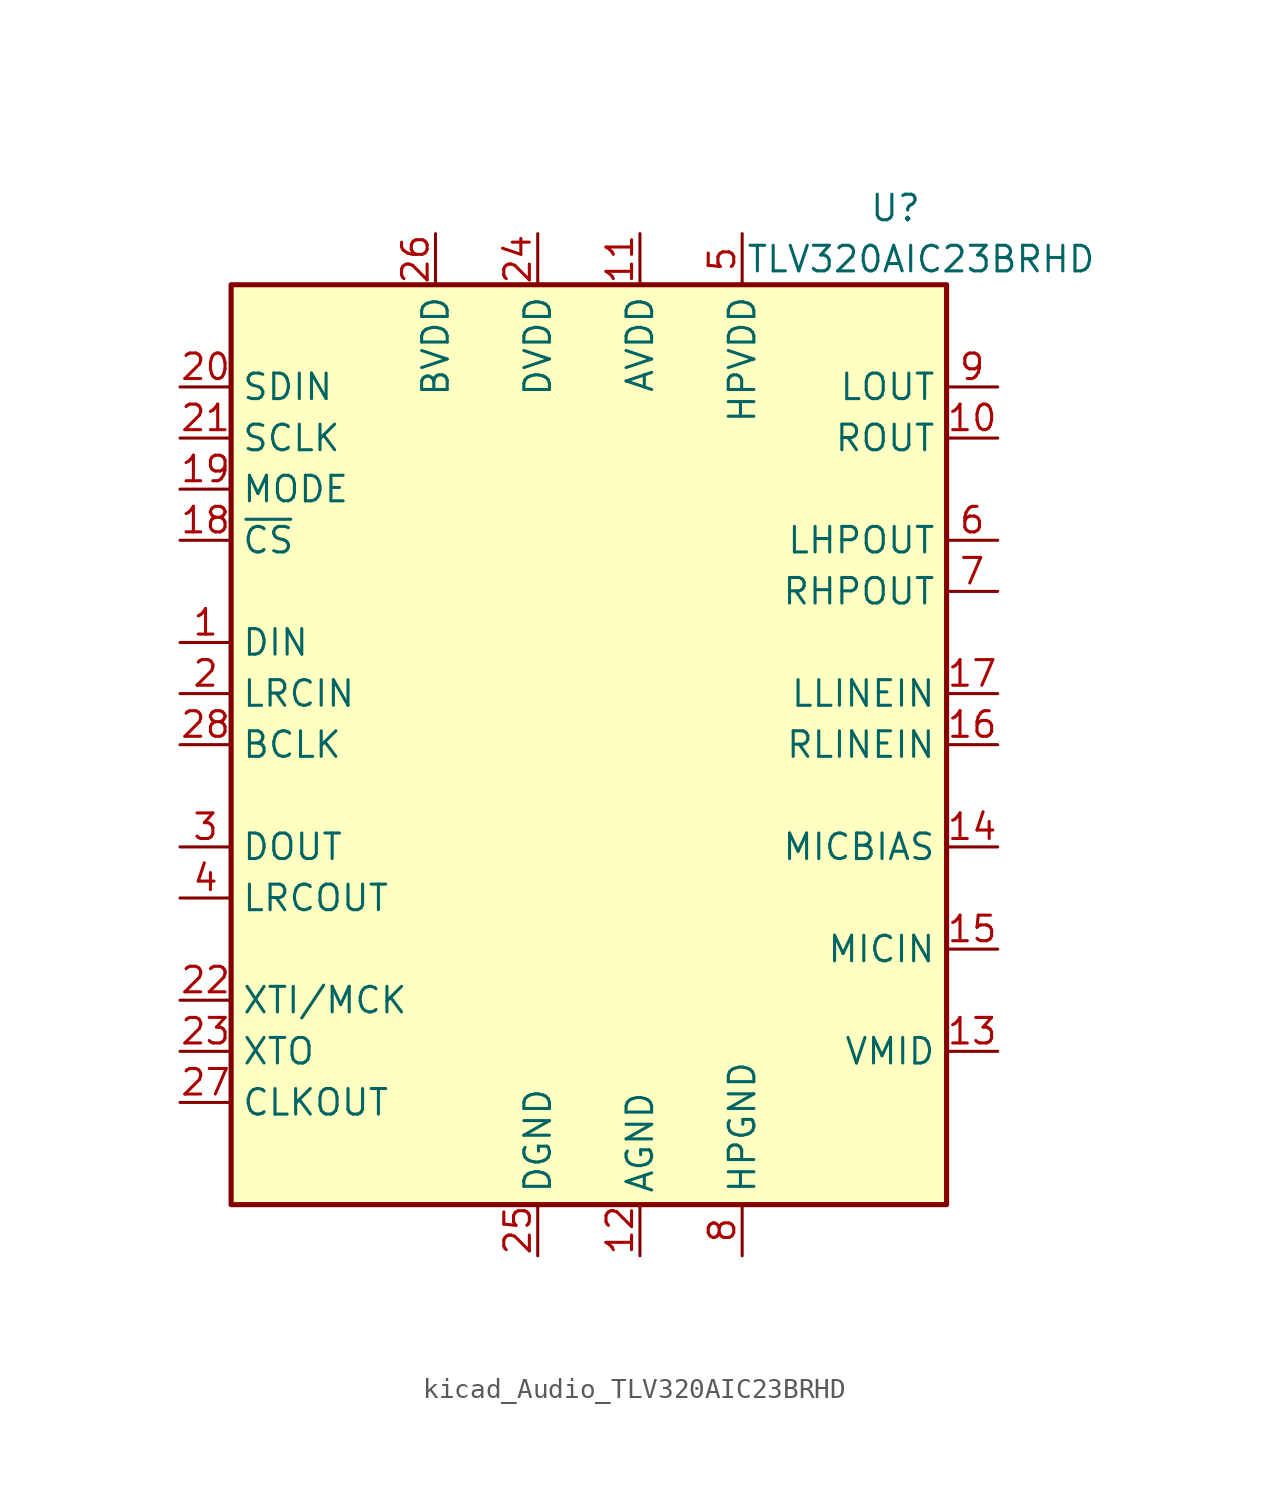
<source format=kicad_sym>
(kicad_symbol_lib
  (version 20220914)
  (generator kicad_symbol_editor)
  (symbol "kicad_Audio_TLV320AIC23BRHD"
    (property "Reference" "U"
      (at 15.24 26.67 0)
      (effects (font (size 1.27 1.27))))
    (property "Value" "TLV320AIC23BRHD"
      (at 16.51 24.13 0)
      (effects (font (size 1.27 1.27))))
    (symbol "kicad_Audio_TLV320AIC23BRHD_0_1"
      (rectangle (start -17.78 22.86) (end 17.78 -22.86) (stroke (width 0.254) (type default)) (fill (type background))))
    (symbol "kicad_Audio_TLV320AIC23BRHD_1_1"
      (pin input line (at -20.32 5.08 0) (length 2.54) (name "DIN" (effects (font (size 1.27 1.27)))) (number "1" (effects (font (size 1.27 1.27)))))
      (pin passive line (at 20.32 15.24 180) (length 2.54) (name "ROUT" (effects (font (size 1.27 1.27)))) (number "10" (effects (font (size 1.27 1.27)))))
      (pin power_in line (at 2.54 25.4 270) (length 2.54) (name "AVDD" (effects (font (size 1.27 1.27)))) (number "11" (effects (font (size 1.27 1.27)))))
      (pin power_in line (at 2.54 -25.4 90) (length 2.54) (name "AGND" (effects (font (size 1.27 1.27)))) (number "12" (effects (font (size 1.27 1.27)))))
      (pin passive line (at 20.32 -15.24 180) (length 2.54) (name "VMID" (effects (font (size 1.27 1.27)))) (number "13" (effects (font (size 1.27 1.27)))))
      (pin passive line (at 20.32 -5.08 180) (length 2.54) (name "MICBIAS" (effects (font (size 1.27 1.27)))) (number "14" (effects (font (size 1.27 1.27)))))
      (pin passive line (at 20.32 -10.16 180) (length 2.54) (name "MICIN" (effects (font (size 1.27 1.27)))) (number "15" (effects (font (size 1.27 1.27)))))
      (pin passive line (at 20.32 0 180) (length 2.54) (name "RLINEIN" (effects (font (size 1.27 1.27)))) (number "16" (effects (font (size 1.27 1.27)))))
      (pin passive line (at 20.32 2.54 180) (length 2.54) (name "LLINEIN" (effects (font (size 1.27 1.27)))) (number "17" (effects (font (size 1.27 1.27)))))
      (pin input line (at -20.32 10.16 0) (length 2.54) (name "~{CS}" (effects (font (size 1.27 1.27)))) (number "18" (effects (font (size 1.27 1.27)))))
      (pin input line (at -20.32 12.7 0) (length 2.54) (name "MODE" (effects (font (size 1.27 1.27)))) (number "19" (effects (font (size 1.27 1.27)))))
      (pin input line (at -20.32 2.54 0) (length 2.54) (name "LRCIN" (effects (font (size 1.27 1.27)))) (number "2" (effects (font (size 1.27 1.27)))))
      (pin input line (at -20.32 17.78 0) (length 2.54) (name "SDIN" (effects (font (size 1.27 1.27)))) (number "20" (effects (font (size 1.27 1.27)))))
      (pin input line (at -20.32 15.24 0) (length 2.54) (name "SCLK" (effects (font (size 1.27 1.27)))) (number "21" (effects (font (size 1.27 1.27)))))
      (pin passive line (at -20.32 -12.7 0) (length 2.54) (name "XTI/MCK" (effects (font (size 1.27 1.27)))) (number "22" (effects (font (size 1.27 1.27)))))
      (pin passive line (at -20.32 -15.24 0) (length 2.54) (name "XTO" (effects (font (size 1.27 1.27)))) (number "23" (effects (font (size 1.27 1.27)))))
      (pin power_in line (at -2.54 25.4 270) (length 2.54) (name "DVDD" (effects (font (size 1.27 1.27)))) (number "24" (effects (font (size 1.27 1.27)))))
      (pin power_in line (at -2.54 -25.4 90) (length 2.54) (name "DGND" (effects (font (size 1.27 1.27)))) (number "25" (effects (font (size 1.27 1.27)))))
      (pin power_in line (at -7.62 25.4 270) (length 2.54) (name "BVDD" (effects (font (size 1.27 1.27)))) (number "26" (effects (font (size 1.27 1.27)))))
      (pin output line (at -20.32 -17.78 0) (length 2.54) (name "CLKOUT" (effects (font (size 1.27 1.27)))) (number "27" (effects (font (size 1.27 1.27)))))
      (pin bidirectional line (at -20.32 0 0) (length 2.54) (name "BCLK" (effects (font (size 1.27 1.27)))) (number "28" (effects (font (size 1.27 1.27)))))
      (pin passive line (at 2.54 -25.4 90) (length 2.54) hide (name "AGND" (effects (font (size 1.27 1.27)))) (number "29" (effects (font (size 1.27 1.27)))))
      (pin output line (at -20.32 -5.08 0) (length 2.54) (name "DOUT" (effects (font (size 1.27 1.27)))) (number "3" (effects (font (size 1.27 1.27)))))
      (pin output line (at -20.32 -7.62 0) (length 2.54) (name "LRCOUT" (effects (font (size 1.27 1.27)))) (number "4" (effects (font (size 1.27 1.27)))))
      (pin power_in line (at 7.62 25.4 270) (length 2.54) (name "HPVDD" (effects (font (size 1.27 1.27)))) (number "5" (effects (font (size 1.27 1.27)))))
      (pin passive line (at 20.32 10.16 180) (length 2.54) (name "LHPOUT" (effects (font (size 1.27 1.27)))) (number "6" (effects (font (size 1.27 1.27)))))
      (pin passive line (at 20.32 7.62 180) (length 2.54) (name "RHPOUT" (effects (font (size 1.27 1.27)))) (number "7" (effects (font (size 1.27 1.27)))))
      (pin power_in line (at 7.62 -25.4 90) (length 2.54) (name "HPGND" (effects (font (size 1.27 1.27)))) (number "8" (effects (font (size 1.27 1.27)))))
      (pin passive line (at 20.32 17.78 180) (length 2.54) (name "LOUT" (effects (font (size 1.27 1.27)))) (number "9" (effects (font (size 1.27 1.27))))))))
</source>
